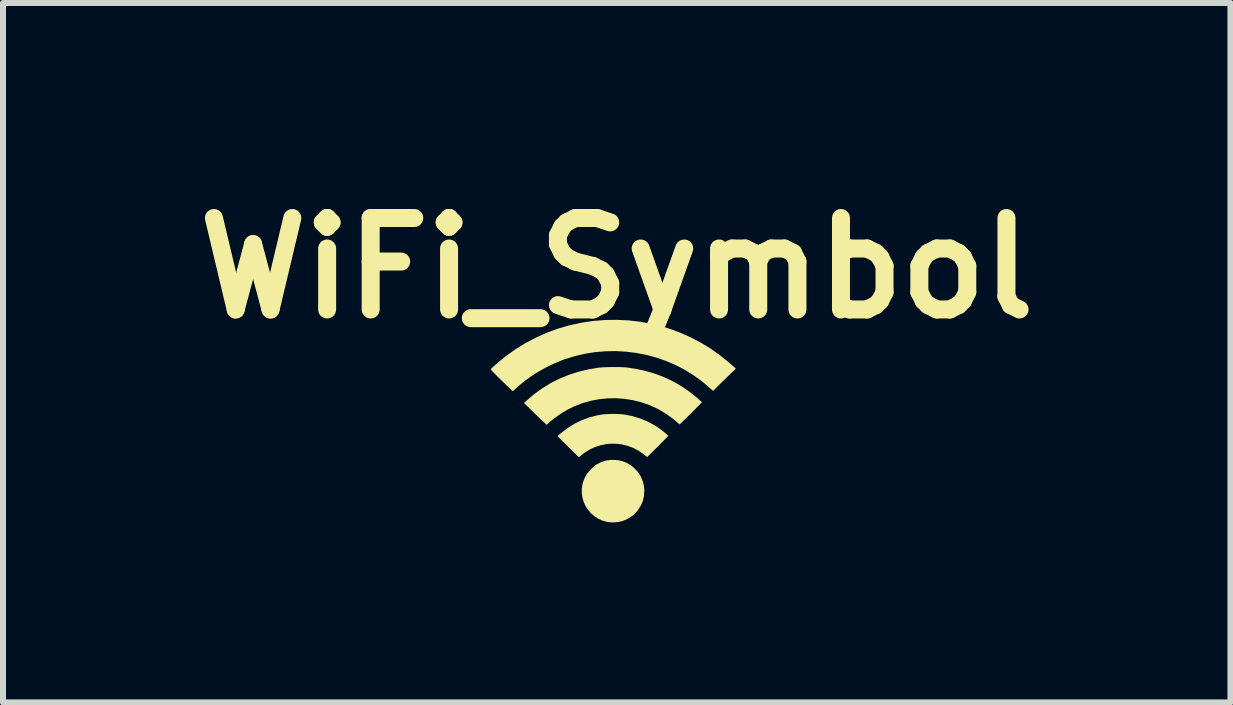
<source format=kicad_pcb>
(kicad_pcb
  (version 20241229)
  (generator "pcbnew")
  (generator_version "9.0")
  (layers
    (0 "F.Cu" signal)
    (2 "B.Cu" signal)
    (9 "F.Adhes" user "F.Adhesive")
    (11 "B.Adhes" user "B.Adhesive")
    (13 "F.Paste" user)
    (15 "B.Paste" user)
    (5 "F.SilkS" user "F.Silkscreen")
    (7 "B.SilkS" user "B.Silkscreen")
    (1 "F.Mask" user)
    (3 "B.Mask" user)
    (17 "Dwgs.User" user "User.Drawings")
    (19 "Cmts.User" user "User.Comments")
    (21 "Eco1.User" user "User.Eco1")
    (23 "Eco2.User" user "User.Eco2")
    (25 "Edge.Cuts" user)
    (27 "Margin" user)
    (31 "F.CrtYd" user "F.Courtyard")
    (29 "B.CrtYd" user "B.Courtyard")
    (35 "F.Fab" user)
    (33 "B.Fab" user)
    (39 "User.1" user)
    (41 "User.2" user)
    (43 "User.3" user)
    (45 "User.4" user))
  (footprint "WiFi_Symbol"
    (layer "F.Cu")
    (at 7.228 3.908)
    (property "Reference" "WiFi_Symbol" (at 0 -2.49 0) (layer "F.SilkS") (effects (font (size 1.524 1.524) (thickness 0.3))))
    (attr board_only exclude_from_pos_files exclude_from_bom)
    (fp_poly (pts (xy 0.023 0.711) (xy 0.101 0.729) (xy 0.173 0.759) (xy 0.242 0.801) (xy 0.294 0.845) (xy 0.351 0.905) (xy 0.396 0.973) (xy 0.429 1.046) (xy 0.451 1.125) (xy 0.46 1.208) (xy 0.46 1.231) (xy 0.453 1.313) (xy 0.435 1.391) (xy 0.404 1.464) (xy 0.363 1.531) (xy 0.313 1.592) (xy 0.254 1.644) (xy 0.186 1.687) (xy 0.111 1.72) (xy 0.08 1.73) (xy 0.033 1.74) (xy -0.02 1.746) (xy -0.075 1.748) (xy -0.126 1.745) (xy -0.156 1.741) (xy -0.236 1.719) (xy -0.308 1.686) (xy -0.374 1.644) (xy -0.431 1.594) (xy -0.48 1.537) (xy -0.52 1.474) (xy -0.551 1.406) (xy -0.572 1.334) (xy -0.582 1.26) (xy -0.582 1.184) (xy -0.57 1.108) (xy -0.546 1.033) (xy -0.511 0.962) (xy -0.489 0.93) (xy -0.459 0.894) (xy -0.425 0.858) (xy -0.389 0.824) (xy -0.355 0.796) (xy -0.331 0.78) (xy -0.258 0.743) (xy -0.185 0.719) (xy -0.107 0.707) (xy -0.06 0.706)) (stroke (width 0) (type solid)) (fill yes) (layer "F.SilkS"))
    (fp_poly (pts (xy -0.011 -0.059) (xy 0.05 -0.057) (xy 0.103 -0.052) (xy 0.126 -0.05) (xy 0.259 -0.024) (xy 0.387 0.015) (xy 0.51 0.065) (xy 0.627 0.127) (xy 0.672 0.156) (xy 0.697 0.173) (xy 0.725 0.193) (xy 0.754 0.215) (xy 0.784 0.238) (xy 0.81 0.26) (xy 0.833 0.279) (xy 0.85 0.294) (xy 0.858 0.303) (xy 0.858 0.305) (xy 0.854 0.311) (xy 0.841 0.324) (xy 0.821 0.346) (xy 0.794 0.373) (xy 0.762 0.405) (xy 0.726 0.442) (xy 0.686 0.481) (xy 0.683 0.485) (xy 0.507 0.66) (xy 0.458 0.62) (xy 0.374 0.559) (xy 0.284 0.511) (xy 0.188 0.474) (xy 0.087 0.449) (xy 0.015 0.439) (xy -0.081 0.435) (xy -0.177 0.444) (xy -0.273 0.464) (xy -0.366 0.494) (xy -0.454 0.535) (xy -0.535 0.586) (xy -0.602 0.639) (xy -0.629 0.664) (xy -0.807 0.489) (xy -0.847 0.45) (xy -0.884 0.413) (xy -0.917 0.381) (xy -0.944 0.353) (xy -0.965 0.332) (xy -0.979 0.317) (xy -0.985 0.311) (xy -0.985 0.311) (xy -0.98 0.305) (xy -0.967 0.293) (xy -0.947 0.276) (xy -0.923 0.255) (xy -0.92 0.253) (xy -0.812 0.171) (xy -0.699 0.101) (xy -0.579 0.043) (xy -0.455 -0.002) (xy -0.325 -0.036) (xy -0.245 -0.05) (xy -0.196 -0.055) (xy -0.138 -0.058) (xy -0.075 -0.06)) (stroke (width 0) (type solid)) (fill yes) (layer "F.SilkS"))
    (fp_poly (pts (xy 0.024 -0.841) (xy 0.082 -0.839) (xy 0.133 -0.837) (xy 0.174 -0.833) (xy 0.176 -0.833) (xy 0.345 -0.806) (xy 0.506 -0.769) (xy 0.66 -0.722) (xy 0.807 -0.665) (xy 0.949 -0.596) (xy 1.001 -0.567) (xy 1.074 -0.523) (xy 1.149 -0.474) (xy 1.224 -0.42) (xy 1.294 -0.366) (xy 1.356 -0.313) (xy 1.374 -0.297) (xy 1.421 -0.254) (xy 1.238 -0.07) (xy 1.197 -0.03) (xy 1.159 0.008) (xy 1.125 0.041) (xy 1.096 0.069) (xy 1.073 0.091) (xy 1.058 0.106) (xy 1.05 0.113) (xy 1.049 0.113) (xy 1.042 0.109) (xy 1.028 0.098) (xy 1.009 0.082) (xy 1.006 0.079) (xy 0.958 0.038) (xy 0.901 -0.006) (xy 0.839 -0.05) (xy 0.775 -0.091) (xy 0.714 -0.128) (xy 0.673 -0.149) (xy 0.542 -0.208) (xy 0.407 -0.255) (xy 0.269 -0.289) (xy 0.129 -0.311) (xy -0.011 -0.321) (xy -0.152 -0.319) (xy -0.293 -0.305) (xy -0.431 -0.279) (xy -0.566 -0.241) (xy -0.698 -0.191) (xy -0.82 -0.131) (xy -0.866 -0.104) (xy -0.916 -0.073) (xy -0.966 -0.04) (xy -1.015 -0.005) (xy -1.06 0.029) (xy -1.099 0.06) (xy -1.131 0.089) (xy -1.147 0.105) (xy -1.159 0.116) (xy -1.168 0.12) (xy -1.175 0.115) (xy -1.189 0.102) (xy -1.211 0.082) (xy -1.24 0.056) (xy -1.273 0.024) (xy -1.311 -0.013) (xy -1.351 -0.052) (xy -1.361 -0.061) (xy -1.546 -0.243) (xy -1.503 -0.282) (xy -1.374 -0.391) (xy -1.238 -0.489) (xy -1.096 -0.576) (xy -0.948 -0.65) (xy -0.793 -0.713) (xy -0.632 -0.765) (xy -0.464 -0.804) (xy -0.316 -0.829) (xy -0.275 -0.833) (xy -0.224 -0.837) (xy -0.166 -0.839) (xy -0.103 -0.841) (xy -0.039 -0.841)) (stroke (width 0) (type solid)) (fill yes) (layer "F.SilkS"))
    (fp_poly (pts (xy 0.2 -1.618) (xy 0.397 -1.595) (xy 0.593 -1.558) (xy 0.682 -1.537) (xy 0.87 -1.483) (xy 1.053 -1.416) (xy 1.231 -1.337) (xy 1.404 -1.246) (xy 1.572 -1.143) (xy 1.732 -1.029) (xy 1.886 -0.903) (xy 1.907 -0.885) (xy 1.985 -0.817) (xy 1.882 -0.716) (xy 1.844 -0.679) (xy 1.803 -0.638) (xy 1.76 -0.596) (xy 1.721 -0.558) (xy 1.692 -0.53) (xy 1.605 -0.444) (xy 1.546 -0.497) (xy 1.414 -0.608) (xy 1.275 -0.708) (xy 1.129 -0.798) (xy 0.978 -0.876) (xy 0.821 -0.943) (xy 0.66 -0.999) (xy 0.496 -1.043) (xy 0.328 -1.076) (xy 0.158 -1.097) (xy -0.013 -1.107) (xy -0.185 -1.104) (xy -0.356 -1.09) (xy -0.527 -1.063) (xy -0.697 -1.023) (xy -0.864 -0.972) (xy -0.918 -0.952) (xy -1.05 -0.897) (xy -1.181 -0.833) (xy -1.309 -0.762) (xy -1.43 -0.684) (xy -1.544 -0.601) (xy -1.648 -0.515) (xy -1.681 -0.484) (xy -1.702 -0.465) (xy -1.719 -0.45) (xy -1.731 -0.441) (xy -1.734 -0.439) (xy -1.74 -0.444) (xy -1.754 -0.457) (xy -1.776 -0.477) (xy -1.804 -0.504) (xy -1.837 -0.536) (xy -1.874 -0.572) (xy -1.914 -0.612) (xy -1.922 -0.619) (xy -1.968 -0.665) (xy -2.006 -0.702) (xy -2.036 -0.732) (xy -2.059 -0.756) (xy -2.075 -0.773) (xy -2.086 -0.786) (xy -2.093 -0.796) (xy -2.096 -0.802) (xy -2.096 -0.807) (xy -2.094 -0.811) (xy -2.092 -0.813) (xy -2.078 -0.827) (xy -2.055 -0.848) (xy -2.026 -0.874) (xy -1.993 -0.903) (xy -1.957 -0.934) (xy -1.92 -0.964) (xy -1.885 -0.993) (xy -1.853 -1.018) (xy -1.838 -1.03) (xy -1.681 -1.142) (xy -1.516 -1.243) (xy -1.344 -1.333) (xy -1.168 -1.412) (xy -0.987 -1.479) (xy -0.803 -1.533) (xy -0.787 -1.537) (xy -0.59 -1.58) (xy -0.393 -1.609) (xy -0.195 -1.625) (xy 0.003 -1.628)) (stroke (width 0) (type solid)) (fill yes) (layer "F.SilkS")))
  (gr_rect
    (start -3 -3)
    (end 17.456 8.656)
    (stroke (width 0.1) (type default))
    (fill no)
    (layer "Edge.Cuts")))
</source>
